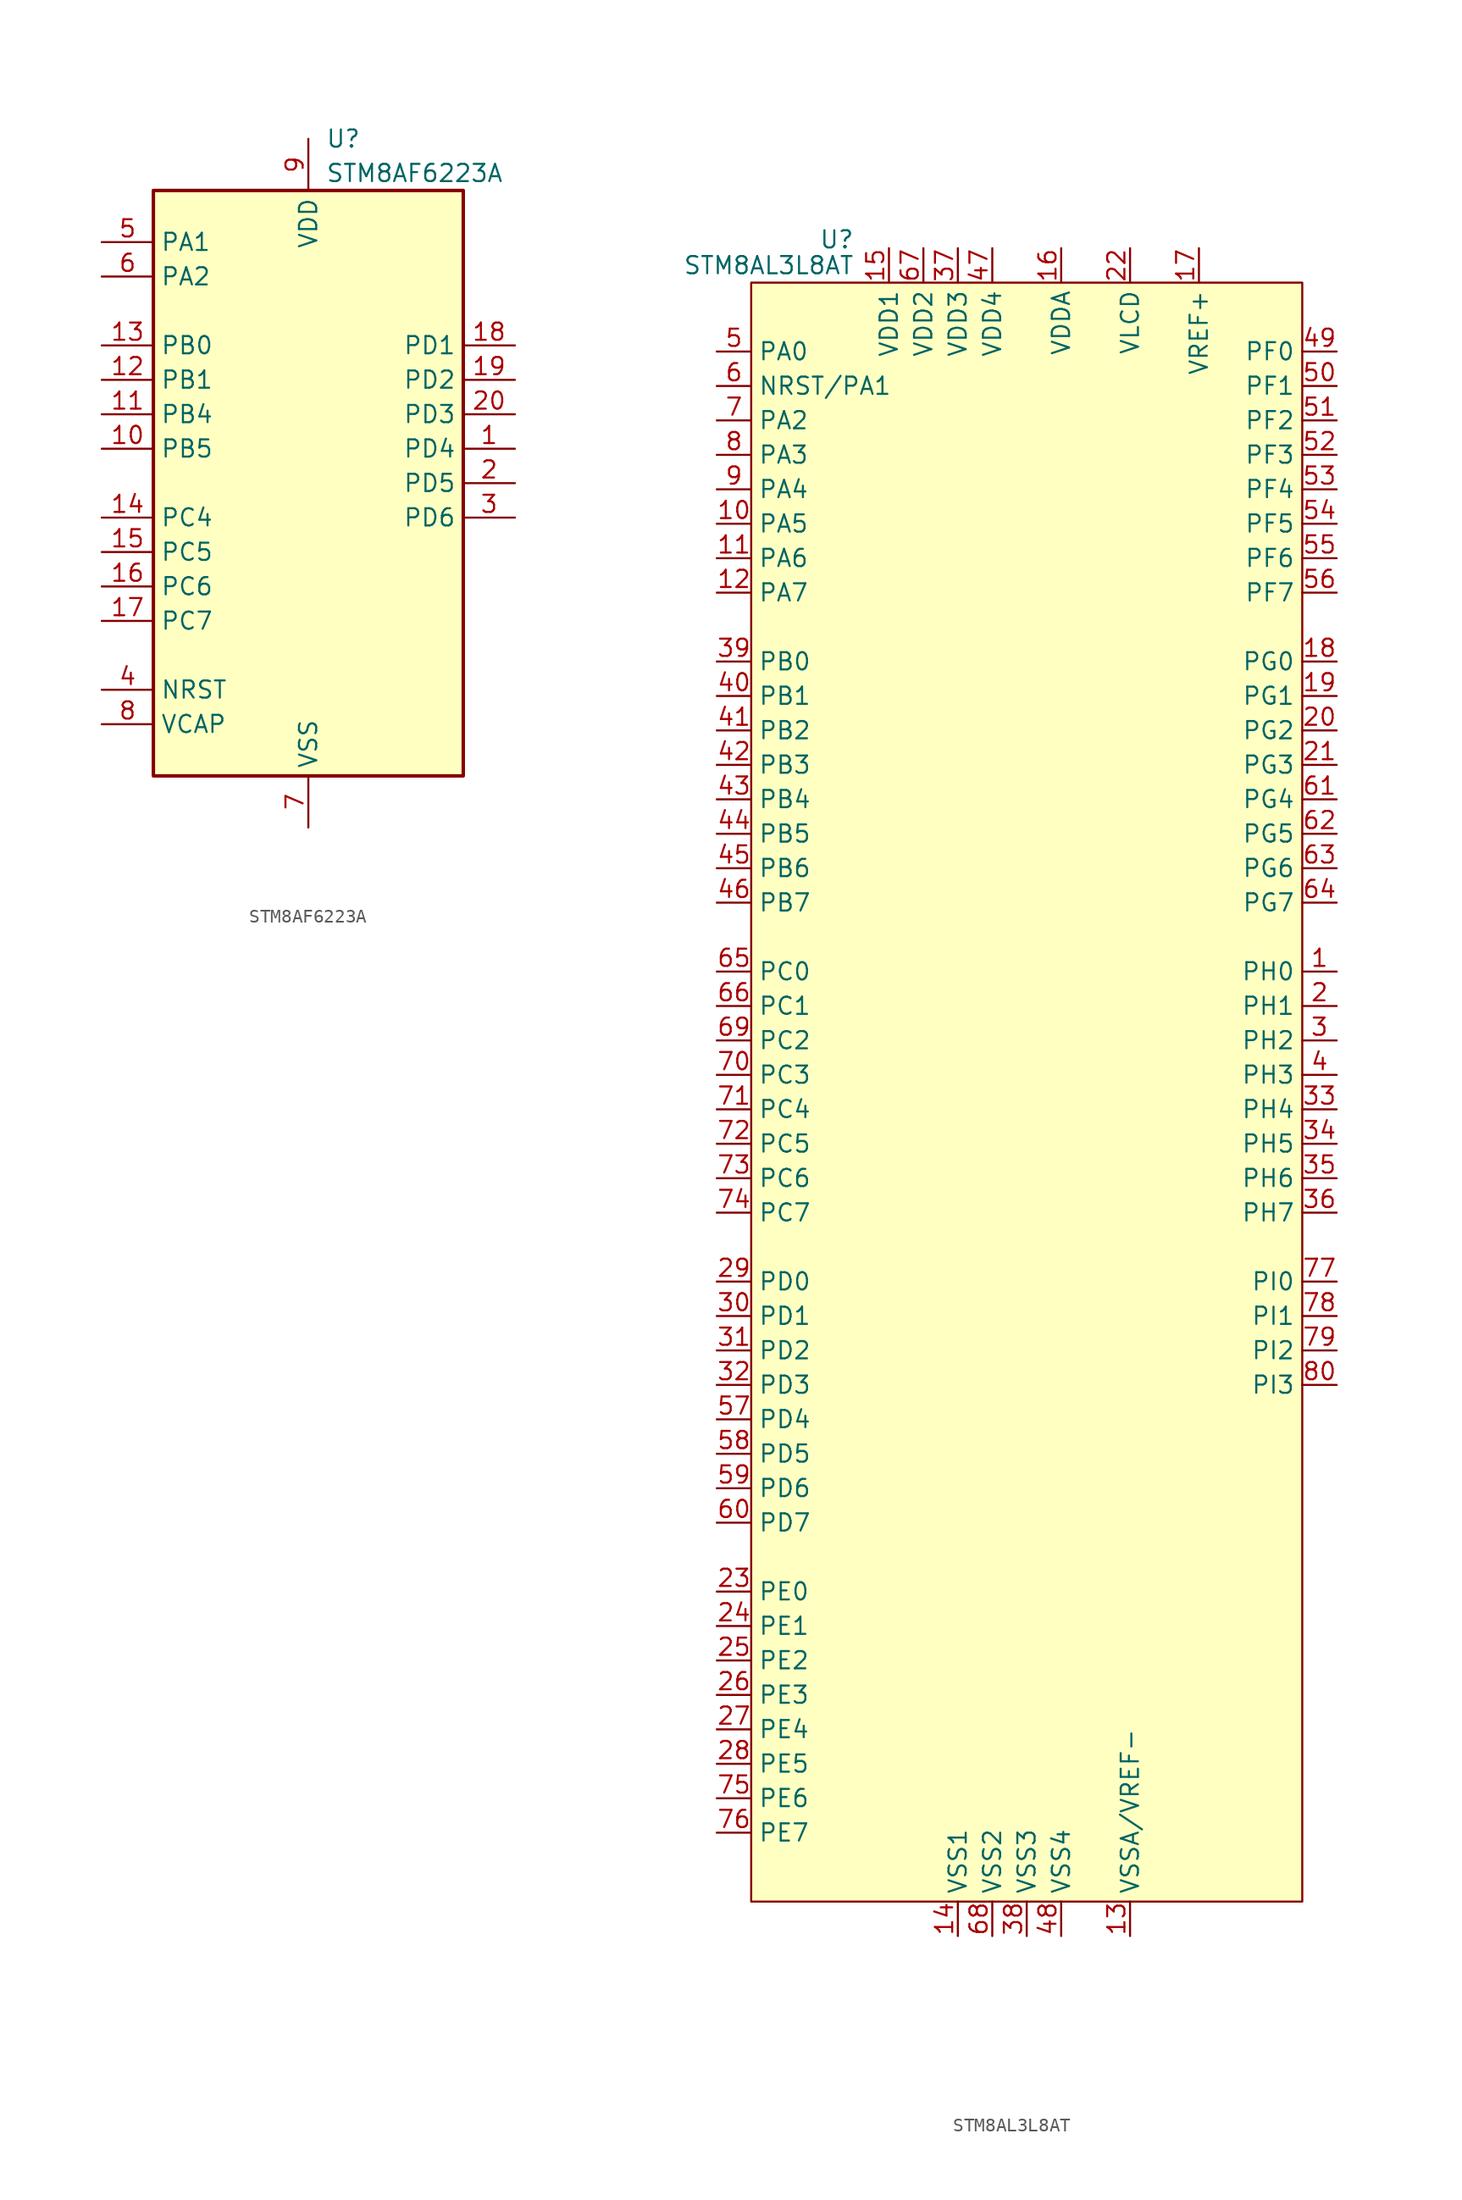
<source format=kicad_sym>
(kicad_symbol_lib
  (version 20211014)
  (generator kicad_symbol_editor)
  (symbol "STM8AF6223A"
    (property "Reference" "U"
      (at 1.27 25.4 0)
      (effects (font (size 1.27 1.27)) (justify left)))
    (property "Value" "STM8AF6223A"
      (at 1.27 22.86 0)
      (effects (font (size 1.27 1.27)) (justify left)))
    (symbol "STM8AF6223A_0_1"
      (rectangle (start -11.43 21.59) (end 11.43 -21.59) (stroke (width 0.254) (type default) (color 0 0 0 0)) (fill (type background))))
    (symbol "STM8AF6223A_1_1"
      (pin bidirectional line (at 15.24 2.54 180) (length 3.81) (name "PD4" (effects (font (size 1.27 1.27)))) (number "1" (effects (font (size 1.27 1.27)))))
      (pin bidirectional line (at -15.24 2.54 0) (length 3.81) (name "PB5" (effects (font (size 1.27 1.27)))) (number "10" (effects (font (size 1.27 1.27)))))
      (pin bidirectional line (at -15.24 5.08 0) (length 3.81) (name "PB4" (effects (font (size 1.27 1.27)))) (number "11" (effects (font (size 1.27 1.27)))))
      (pin bidirectional line (at -15.24 7.62 0) (length 3.81) (name "PB1" (effects (font (size 1.27 1.27)))) (number "12" (effects (font (size 1.27 1.27)))))
      (pin bidirectional line (at -15.24 10.16 0) (length 3.81) (name "PB0" (effects (font (size 1.27 1.27)))) (number "13" (effects (font (size 1.27 1.27)))))
      (pin bidirectional line (at -15.24 -2.54 0) (length 3.81) (name "PC4" (effects (font (size 1.27 1.27)))) (number "14" (effects (font (size 1.27 1.27)))))
      (pin bidirectional line (at -15.24 -5.08 0) (length 3.81) (name "PC5" (effects (font (size 1.27 1.27)))) (number "15" (effects (font (size 1.27 1.27)))))
      (pin bidirectional line (at -15.24 -7.62 0) (length 3.81) (name "PC6" (effects (font (size 1.27 1.27)))) (number "16" (effects (font (size 1.27 1.27)))))
      (pin bidirectional line (at -15.24 -10.16 0) (length 3.81) (name "PC7" (effects (font (size 1.27 1.27)))) (number "17" (effects (font (size 1.27 1.27)))))
      (pin bidirectional line (at 15.24 10.16 180) (length 3.81) (name "PD1" (effects (font (size 1.27 1.27)))) (number "18" (effects (font (size 1.27 1.27)))))
      (pin bidirectional line (at 15.24 7.62 180) (length 3.81) (name "PD2" (effects (font (size 1.27 1.27)))) (number "19" (effects (font (size 1.27 1.27)))))
      (pin bidirectional line (at 15.24 0 180) (length 3.81) (name "PD5" (effects (font (size 1.27 1.27)))) (number "2" (effects (font (size 1.27 1.27)))))
      (pin bidirectional line (at 15.24 5.08 180) (length 3.81) (name "PD3" (effects (font (size 1.27 1.27)))) (number "20" (effects (font (size 1.27 1.27)))))
      (pin bidirectional line (at 15.24 -2.54 180) (length 3.81) (name "PD6" (effects (font (size 1.27 1.27)))) (number "3" (effects (font (size 1.27 1.27)))))
      (pin input line (at -15.24 -15.24 0) (length 3.81) (name "NRST" (effects (font (size 1.27 1.27)))) (number "4" (effects (font (size 1.27 1.27)))))
      (pin bidirectional line (at -15.24 17.78 0) (length 3.81) (name "PA1" (effects (font (size 1.27 1.27)))) (number "5" (effects (font (size 1.27 1.27)))))
      (pin bidirectional line (at -15.24 15.24 0) (length 3.81) (name "PA2" (effects (font (size 1.27 1.27)))) (number "6" (effects (font (size 1.27 1.27)))))
      (pin power_in line (at 0 -25.4 90) (length 3.81) (name "VSS" (effects (font (size 1.27 1.27)))) (number "7" (effects (font (size 1.27 1.27)))))
      (pin input line (at -15.24 -17.78 0) (length 3.81) (name "VCAP" (effects (font (size 1.27 1.27)))) (number "8" (effects (font (size 1.27 1.27)))))
      (pin power_in line (at 0 25.4 270) (length 3.81) (name "VDD" (effects (font (size 1.27 1.27)))) (number "9" (effects (font (size 1.27 1.27)))))))
  (symbol "STM8AL3L8AT"
    (property "Reference" "U"
      (at -12.7 61.595 0)
      (effects (font (size 1.27 1.27)) (justify right)))
    (property "Value" "STM8AL3L8AT"
      (at -12.7 59.69 0)
      (effects (font (size 1.27 1.27)) (justify right)))
    (symbol "STM8AL3L8AT_0_0"
      (pin bidirectional line (at 22.86 7.62 180) (length 2.54) (name "PH0" (effects (font (size 1.27 1.27)))) (number "1" (effects (font (size 1.27 1.27)))))
      (pin bidirectional line (at -22.86 40.64 0) (length 2.54) (name "PA5" (effects (font (size 1.27 1.27)))) (number "10" (effects (font (size 1.27 1.27)))))
      (pin bidirectional line (at -22.86 38.1 0) (length 2.54) (name "PA6" (effects (font (size 1.27 1.27)))) (number "11" (effects (font (size 1.27 1.27)))))
      (pin bidirectional line (at -22.86 35.56 0) (length 2.54) (name "PA7" (effects (font (size 1.27 1.27)))) (number "12" (effects (font (size 1.27 1.27)))))
      (pin power_in line (at 7.62 -63.5 90) (length 2.54) (name "VSSA/VREF-" (effects (font (size 1.27 1.27)))) (number "13" (effects (font (size 1.27 1.27)))))
      (pin power_in line (at -5.08 -63.5 90) (length 2.54) (name "VSS1" (effects (font (size 1.27 1.27)))) (number "14" (effects (font (size 1.27 1.27)))))
      (pin power_in line (at -10.16 60.96 270) (length 2.54) (name "VDD1" (effects (font (size 1.27 1.27)))) (number "15" (effects (font (size 1.27 1.27)))))
      (pin power_in line (at 2.54 60.96 270) (length 2.54) (name "VDDA" (effects (font (size 1.27 1.27)))) (number "16" (effects (font (size 1.27 1.27)))))
      (pin power_in line (at 12.7 60.96 270) (length 2.54) (name "VREF+" (effects (font (size 1.27 1.27)))) (number "17" (effects (font (size 1.27 1.27)))))
      (pin bidirectional line (at 22.86 30.48 180) (length 2.54) (name "PG0" (effects (font (size 1.27 1.27)))) (number "18" (effects (font (size 1.27 1.27)))))
      (pin bidirectional line (at 22.86 27.94 180) (length 2.54) (name "PG1" (effects (font (size 1.27 1.27)))) (number "19" (effects (font (size 1.27 1.27)))))
      (pin bidirectional line (at 22.86 5.08 180) (length 2.54) (name "PH1" (effects (font (size 1.27 1.27)))) (number "2" (effects (font (size 1.27 1.27)))))
      (pin bidirectional line (at 22.86 25.4 180) (length 2.54) (name "PG2" (effects (font (size 1.27 1.27)))) (number "20" (effects (font (size 1.27 1.27)))))
      (pin bidirectional line (at 22.86 22.86 180) (length 2.54) (name "PG3" (effects (font (size 1.27 1.27)))) (number "21" (effects (font (size 1.27 1.27)))))
      (pin power_in line (at 7.62 60.96 270) (length 2.54) (name "VLCD" (effects (font (size 1.27 1.27)))) (number "22" (effects (font (size 1.27 1.27)))))
      (pin bidirectional line (at -22.86 -38.1 0) (length 2.54) (name "PE0" (effects (font (size 1.27 1.27)))) (number "23" (effects (font (size 1.27 1.27)))))
      (pin bidirectional line (at -22.86 -40.64 0) (length 2.54) (name "PE1" (effects (font (size 1.27 1.27)))) (number "24" (effects (font (size 1.27 1.27)))))
      (pin bidirectional line (at -22.86 -43.18 0) (length 2.54) (name "PE2" (effects (font (size 1.27 1.27)))) (number "25" (effects (font (size 1.27 1.27)))))
      (pin bidirectional line (at -22.86 -45.72 0) (length 2.54) (name "PE3" (effects (font (size 1.27 1.27)))) (number "26" (effects (font (size 1.27 1.27)))))
      (pin bidirectional line (at -22.86 -48.26 0) (length 2.54) (name "PE4" (effects (font (size 1.27 1.27)))) (number "27" (effects (font (size 1.27 1.27)))))
      (pin bidirectional line (at -22.86 -50.8 0) (length 2.54) (name "PE5" (effects (font (size 1.27 1.27)))) (number "28" (effects (font (size 1.27 1.27)))))
      (pin bidirectional line (at -22.86 -15.24 0) (length 2.54) (name "PD0" (effects (font (size 1.27 1.27)))) (number "29" (effects (font (size 1.27 1.27)))))
      (pin bidirectional line (at 22.86 2.54 180) (length 2.54) (name "PH2" (effects (font (size 1.27 1.27)))) (number "3" (effects (font (size 1.27 1.27)))))
      (pin bidirectional line (at -22.86 -17.78 0) (length 2.54) (name "PD1" (effects (font (size 1.27 1.27)))) (number "30" (effects (font (size 1.27 1.27)))))
      (pin bidirectional line (at -22.86 -20.32 0) (length 2.54) (name "PD2" (effects (font (size 1.27 1.27)))) (number "31" (effects (font (size 1.27 1.27)))))
      (pin bidirectional line (at -22.86 -22.86 0) (length 2.54) (name "PD3" (effects (font (size 1.27 1.27)))) (number "32" (effects (font (size 1.27 1.27)))))
      (pin bidirectional line (at 22.86 -2.54 180) (length 2.54) (name "PH4" (effects (font (size 1.27 1.27)))) (number "33" (effects (font (size 1.27 1.27)))))
      (pin bidirectional line (at 22.86 -5.08 180) (length 2.54) (name "PH5" (effects (font (size 1.27 1.27)))) (number "34" (effects (font (size 1.27 1.27)))))
      (pin bidirectional line (at 22.86 -7.62 180) (length 2.54) (name "PH6" (effects (font (size 1.27 1.27)))) (number "35" (effects (font (size 1.27 1.27)))))
      (pin bidirectional line (at 22.86 -10.16 180) (length 2.54) (name "PH7" (effects (font (size 1.27 1.27)))) (number "36" (effects (font (size 1.27 1.27)))))
      (pin power_in line (at -5.08 60.96 270) (length 2.54) (name "VDD3" (effects (font (size 1.27 1.27)))) (number "37" (effects (font (size 1.27 1.27)))))
      (pin power_in line (at 0 -63.5 90) (length 2.54) (name "VSS3" (effects (font (size 1.27 1.27)))) (number "38" (effects (font (size 1.27 1.27)))))
      (pin bidirectional line (at -22.86 30.48 0) (length 2.54) (name "PB0" (effects (font (size 1.27 1.27)))) (number "39" (effects (font (size 1.27 1.27)))))
      (pin bidirectional line (at 22.86 0 180) (length 2.54) (name "PH3" (effects (font (size 1.27 1.27)))) (number "4" (effects (font (size 1.27 1.27)))))
      (pin bidirectional line (at -22.86 27.94 0) (length 2.54) (name "PB1" (effects (font (size 1.27 1.27)))) (number "40" (effects (font (size 1.27 1.27)))))
      (pin bidirectional line (at -22.86 25.4 0) (length 2.54) (name "PB2" (effects (font (size 1.27 1.27)))) (number "41" (effects (font (size 1.27 1.27)))))
      (pin bidirectional line (at -22.86 22.86 0) (length 2.54) (name "PB3" (effects (font (size 1.27 1.27)))) (number "42" (effects (font (size 1.27 1.27)))))
      (pin bidirectional line (at -22.86 20.32 0) (length 2.54) (name "PB4" (effects (font (size 1.27 1.27)))) (number "43" (effects (font (size 1.27 1.27)))))
      (pin bidirectional line (at -22.86 17.78 0) (length 2.54) (name "PB5" (effects (font (size 1.27 1.27)))) (number "44" (effects (font (size 1.27 1.27)))))
      (pin bidirectional line (at -22.86 15.24 0) (length 2.54) (name "PB6" (effects (font (size 1.27 1.27)))) (number "45" (effects (font (size 1.27 1.27)))))
      (pin bidirectional line (at -22.86 12.7 0) (length 2.54) (name "PB7" (effects (font (size 1.27 1.27)))) (number "46" (effects (font (size 1.27 1.27)))))
      (pin power_in line (at -2.54 60.96 270) (length 2.54) (name "VDD4" (effects (font (size 1.27 1.27)))) (number "47" (effects (font (size 1.27 1.27)))))
      (pin power_in line (at 2.54 -63.5 90) (length 2.54) (name "VSS4" (effects (font (size 1.27 1.27)))) (number "48" (effects (font (size 1.27 1.27)))))
      (pin bidirectional line (at 22.86 53.34 180) (length 2.54) (name "PF0" (effects (font (size 1.27 1.27)))) (number "49" (effects (font (size 1.27 1.27)))))
      (pin bidirectional line (at -22.86 53.34 0) (length 2.54) (name "PA0" (effects (font (size 1.27 1.27)))) (number "5" (effects (font (size 1.27 1.27)))))
      (pin bidirectional line (at 22.86 50.8 180) (length 2.54) (name "PF1" (effects (font (size 1.27 1.27)))) (number "50" (effects (font (size 1.27 1.27)))))
      (pin bidirectional line (at 22.86 48.26 180) (length 2.54) (name "PF2" (effects (font (size 1.27 1.27)))) (number "51" (effects (font (size 1.27 1.27)))))
      (pin bidirectional line (at 22.86 45.72 180) (length 2.54) (name "PF3" (effects (font (size 1.27 1.27)))) (number "52" (effects (font (size 1.27 1.27)))))
      (pin bidirectional line (at 22.86 43.18 180) (length 2.54) (name "PF4" (effects (font (size 1.27 1.27)))) (number "53" (effects (font (size 1.27 1.27)))))
      (pin bidirectional line (at 22.86 40.64 180) (length 2.54) (name "PF5" (effects (font (size 1.27 1.27)))) (number "54" (effects (font (size 1.27 1.27)))))
      (pin bidirectional line (at 22.86 38.1 180) (length 2.54) (name "PF6" (effects (font (size 1.27 1.27)))) (number "55" (effects (font (size 1.27 1.27)))))
      (pin bidirectional line (at 22.86 35.56 180) (length 2.54) (name "PF7" (effects (font (size 1.27 1.27)))) (number "56" (effects (font (size 1.27 1.27)))))
      (pin bidirectional line (at -22.86 -25.4 0) (length 2.54) (name "PD4" (effects (font (size 1.27 1.27)))) (number "57" (effects (font (size 1.27 1.27)))))
      (pin bidirectional line (at -22.86 -27.94 0) (length 2.54) (name "PD5" (effects (font (size 1.27 1.27)))) (number "58" (effects (font (size 1.27 1.27)))))
      (pin bidirectional line (at -22.86 -30.48 0) (length 2.54) (name "PD6" (effects (font (size 1.27 1.27)))) (number "59" (effects (font (size 1.27 1.27)))))
      (pin bidirectional line (at -22.86 50.8 0) (length 2.54) (name "NRST/PA1" (effects (font (size 1.27 1.27)))) (number "6" (effects (font (size 1.27 1.27)))))
      (pin bidirectional line (at -22.86 -33.02 0) (length 2.54) (name "PD7" (effects (font (size 1.27 1.27)))) (number "60" (effects (font (size 1.27 1.27)))))
      (pin bidirectional line (at 22.86 20.32 180) (length 2.54) (name "PG4" (effects (font (size 1.27 1.27)))) (number "61" (effects (font (size 1.27 1.27)))))
      (pin bidirectional line (at 22.86 17.78 180) (length 2.54) (name "PG5" (effects (font (size 1.27 1.27)))) (number "62" (effects (font (size 1.27 1.27)))))
      (pin bidirectional line (at 22.86 15.24 180) (length 2.54) (name "PG6" (effects (font (size 1.27 1.27)))) (number "63" (effects (font (size 1.27 1.27)))))
      (pin bidirectional line (at 22.86 12.7 180) (length 2.54) (name "PG7" (effects (font (size 1.27 1.27)))) (number "64" (effects (font (size 1.27 1.27)))))
      (pin bidirectional line (at -22.86 7.62 0) (length 2.54) (name "PC0" (effects (font (size 1.27 1.27)))) (number "65" (effects (font (size 1.27 1.27)))))
      (pin bidirectional line (at -22.86 5.08 0) (length 2.54) (name "PC1" (effects (font (size 1.27 1.27)))) (number "66" (effects (font (size 1.27 1.27)))))
      (pin power_in line (at -7.62 60.96 270) (length 2.54) (name "VDD2" (effects (font (size 1.27 1.27)))) (number "67" (effects (font (size 1.27 1.27)))))
      (pin power_in line (at -2.54 -63.5 90) (length 2.54) (name "VSS2" (effects (font (size 1.27 1.27)))) (number "68" (effects (font (size 1.27 1.27)))))
      (pin bidirectional line (at -22.86 2.54 0) (length 2.54) (name "PC2" (effects (font (size 1.27 1.27)))) (number "69" (effects (font (size 1.27 1.27)))))
      (pin bidirectional line (at -22.86 48.26 0) (length 2.54) (name "PA2" (effects (font (size 1.27 1.27)))) (number "7" (effects (font (size 1.27 1.27)))))
      (pin bidirectional line (at -22.86 0 0) (length 2.54) (name "PC3" (effects (font (size 1.27 1.27)))) (number "70" (effects (font (size 1.27 1.27)))))
      (pin bidirectional line (at -22.86 -2.54 0) (length 2.54) (name "PC4" (effects (font (size 1.27 1.27)))) (number "71" (effects (font (size 1.27 1.27)))))
      (pin bidirectional line (at -22.86 -5.08 0) (length 2.54) (name "PC5" (effects (font (size 1.27 1.27)))) (number "72" (effects (font (size 1.27 1.27)))))
      (pin bidirectional line (at -22.86 -7.62 0) (length 2.54) (name "PC6" (effects (font (size 1.27 1.27)))) (number "73" (effects (font (size 1.27 1.27)))))
      (pin bidirectional line (at -22.86 -10.16 0) (length 2.54) (name "PC7" (effects (font (size 1.27 1.27)))) (number "74" (effects (font (size 1.27 1.27)))))
      (pin bidirectional line (at -22.86 -53.34 0) (length 2.54) (name "PE6" (effects (font (size 1.27 1.27)))) (number "75" (effects (font (size 1.27 1.27)))))
      (pin bidirectional line (at -22.86 -55.88 0) (length 2.54) (name "PE7" (effects (font (size 1.27 1.27)))) (number "76" (effects (font (size 1.27 1.27)))))
      (pin bidirectional line (at 22.86 -15.24 180) (length 2.54) (name "PI0" (effects (font (size 1.27 1.27)))) (number "77" (effects (font (size 1.27 1.27)))))
      (pin bidirectional line (at 22.86 -17.78 180) (length 2.54) (name "PI1" (effects (font (size 1.27 1.27)))) (number "78" (effects (font (size 1.27 1.27)))))
      (pin bidirectional line (at 22.86 -20.32 180) (length 2.54) (name "PI2" (effects (font (size 1.27 1.27)))) (number "79" (effects (font (size 1.27 1.27)))))
      (pin bidirectional line (at -22.86 45.72 0) (length 2.54) (name "PA3" (effects (font (size 1.27 1.27)))) (number "8" (effects (font (size 1.27 1.27)))))
      (pin bidirectional line (at 22.86 -22.86 180) (length 2.54) (name "PI3" (effects (font (size 1.27 1.27)))) (number "80" (effects (font (size 1.27 1.27)))))
      (pin bidirectional line (at -22.86 43.18 0) (length 2.54) (name "PA4" (effects (font (size 1.27 1.27)))) (number "9" (effects (font (size 1.27 1.27))))))
    (symbol "STM8AL3L8AT_0_1"
      (rectangle (start -20.32 58.42) (end 20.32 -60.96) (stroke (width 0) (type default) (color 0 0 0 0)) (fill (type background))))))
</source>
